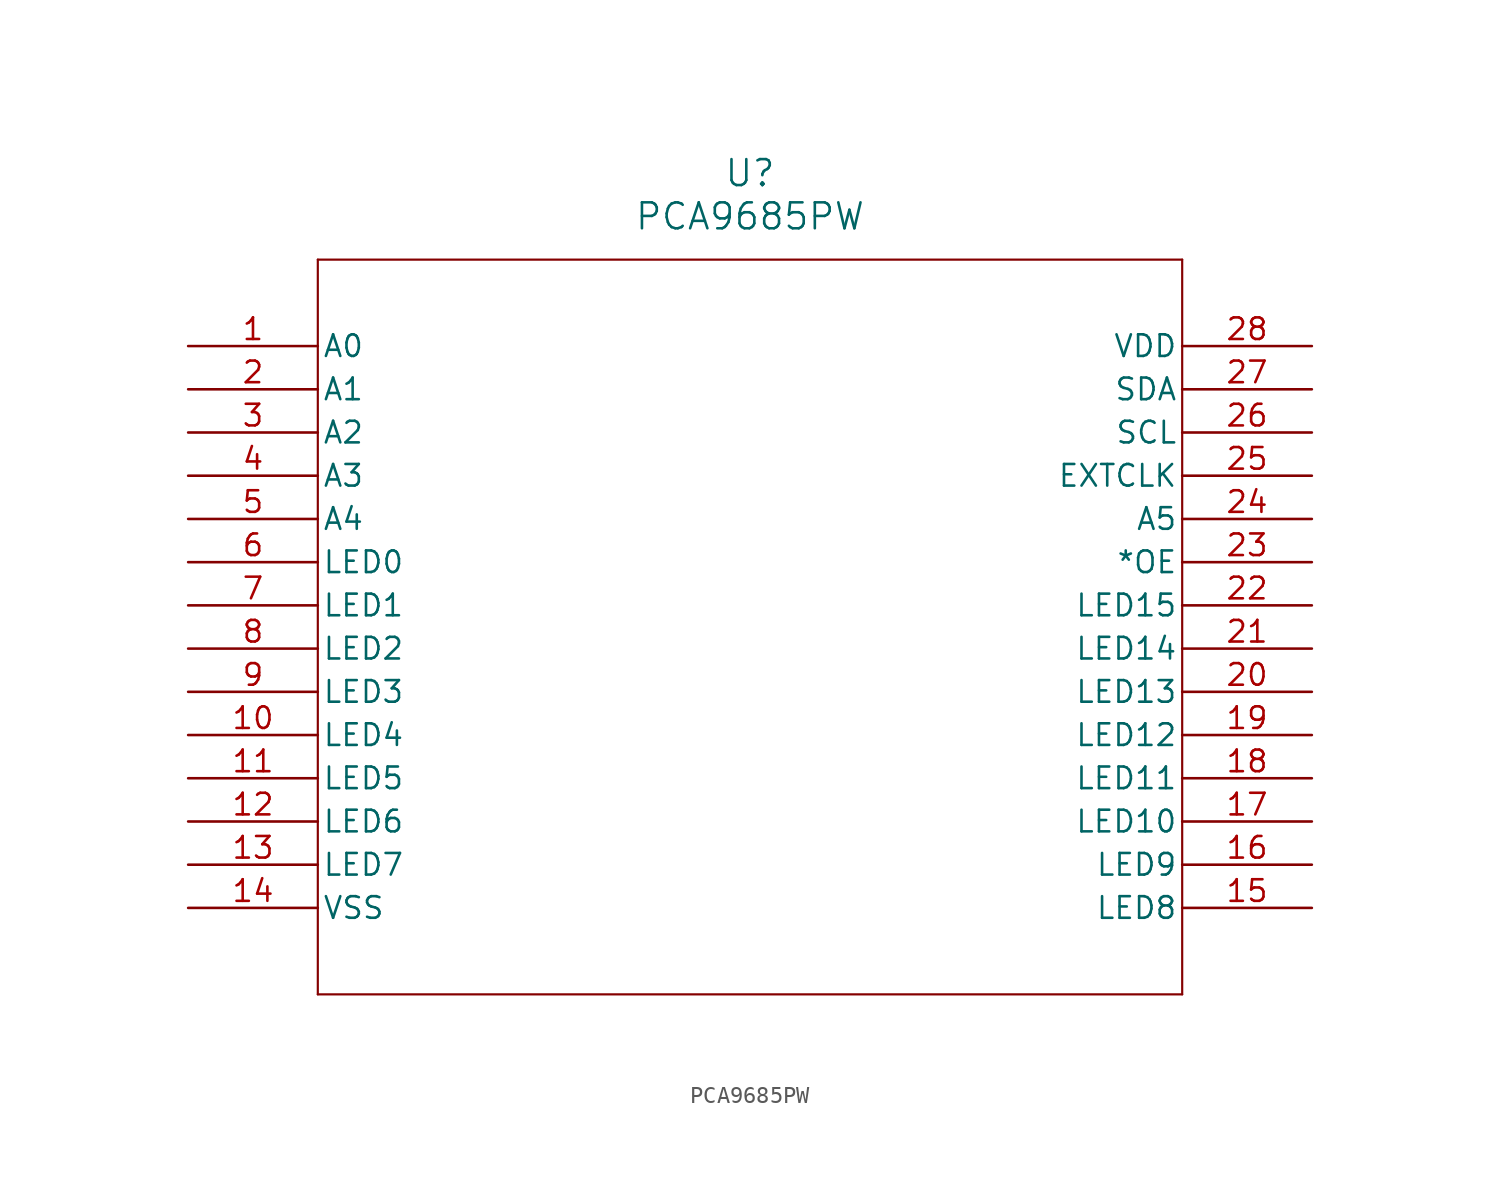
<source format=kicad_sym>
(kicad_symbol_lib
  (version 20220914)
  (generator kicad_symbol_editor)
  (symbol "PCA9685PW"
    (pin_names
      (offset 0.254))
    (property "Reference" "U"
      (at 33.02 10.16 0)
      (effects (font (size 1.524 1.524))))
    (property "Value" "PCA9685PW"
      (at 33.02 7.62 0)
      (effects (font (size 1.524 1.524))))
    (property "ki_locked" ""
      (at 0 0 0)
      (effects (font (size 1.27 1.27))))
    (symbol "PCA9685PW_0_1"
      (polyline (pts (xy 7.62 -38.1) (xy 58.42 -38.1)) (stroke (width 0.127) (type default)) (fill (type none)))
      (polyline (pts (xy 7.62 5.08) (xy 7.62 -38.1)) (stroke (width 0.127) (type default)) (fill (type none)))
      (polyline (pts (xy 58.42 -38.1) (xy 58.42 5.08)) (stroke (width 0.127) (type default)) (fill (type none)))
      (polyline (pts (xy 58.42 5.08) (xy 7.62 5.08)) (stroke (width 0.127) (type default)) (fill (type none)))
      (pin unspecified line (at 0 0 0) (length 7.62) (name "A0" (effects (font (size 1.27 1.27)))) (number "1" (effects (font (size 1.27 1.27)))))
      (pin unspecified line (at 0 -22.86 0) (length 7.62) (name "LED4" (effects (font (size 1.27 1.27)))) (number "10" (effects (font (size 1.27 1.27)))))
      (pin unspecified line (at 0 -25.4 0) (length 7.62) (name "LED5" (effects (font (size 1.27 1.27)))) (number "11" (effects (font (size 1.27 1.27)))))
      (pin unspecified line (at 0 -27.94 0) (length 7.62) (name "LED6" (effects (font (size 1.27 1.27)))) (number "12" (effects (font (size 1.27 1.27)))))
      (pin unspecified line (at 0 -30.48 0) (length 7.62) (name "LED7" (effects (font (size 1.27 1.27)))) (number "13" (effects (font (size 1.27 1.27)))))
      (pin unspecified line (at 0 -33.02 0) (length 7.62) (name "VSS" (effects (font (size 1.27 1.27)))) (number "14" (effects (font (size 1.27 1.27)))))
      (pin unspecified line (at 66.04 -33.02 180) (length 7.62) (name "LED8" (effects (font (size 1.27 1.27)))) (number "15" (effects (font (size 1.27 1.27)))))
      (pin unspecified line (at 66.04 -30.48 180) (length 7.62) (name "LED9" (effects (font (size 1.27 1.27)))) (number "16" (effects (font (size 1.27 1.27)))))
      (pin unspecified line (at 66.04 -27.94 180) (length 7.62) (name "LED10" (effects (font (size 1.27 1.27)))) (number "17" (effects (font (size 1.27 1.27)))))
      (pin unspecified line (at 66.04 -25.4 180) (length 7.62) (name "LED11" (effects (font (size 1.27 1.27)))) (number "18" (effects (font (size 1.27 1.27)))))
      (pin unspecified line (at 66.04 -22.86 180) (length 7.62) (name "LED12" (effects (font (size 1.27 1.27)))) (number "19" (effects (font (size 1.27 1.27)))))
      (pin unspecified line (at 0 -2.54 0) (length 7.62) (name "A1" (effects (font (size 1.27 1.27)))) (number "2" (effects (font (size 1.27 1.27)))))
      (pin unspecified line (at 66.04 -20.32 180) (length 7.62) (name "LED13" (effects (font (size 1.27 1.27)))) (number "20" (effects (font (size 1.27 1.27)))))
      (pin unspecified line (at 66.04 -17.78 180) (length 7.62) (name "LED14" (effects (font (size 1.27 1.27)))) (number "21" (effects (font (size 1.27 1.27)))))
      (pin unspecified line (at 66.04 -15.24 180) (length 7.62) (name "LED15" (effects (font (size 1.27 1.27)))) (number "22" (effects (font (size 1.27 1.27)))))
      (pin unspecified line (at 66.04 -12.7 180) (length 7.62) (name "*OE" (effects (font (size 1.27 1.27)))) (number "23" (effects (font (size 1.27 1.27)))))
      (pin unspecified line (at 66.04 -10.16 180) (length 7.62) (name "A5" (effects (font (size 1.27 1.27)))) (number "24" (effects (font (size 1.27 1.27)))))
      (pin unspecified line (at 66.04 -7.62 180) (length 7.62) (name "EXTCLK" (effects (font (size 1.27 1.27)))) (number "25" (effects (font (size 1.27 1.27)))))
      (pin unspecified line (at 66.04 -5.08 180) (length 7.62) (name "SCL" (effects (font (size 1.27 1.27)))) (number "26" (effects (font (size 1.27 1.27)))))
      (pin unspecified line (at 66.04 -2.54 180) (length 7.62) (name "SDA" (effects (font (size 1.27 1.27)))) (number "27" (effects (font (size 1.27 1.27)))))
      (pin unspecified line (at 66.04 0 180) (length 7.62) (name "VDD" (effects (font (size 1.27 1.27)))) (number "28" (effects (font (size 1.27 1.27)))))
      (pin unspecified line (at 0 -5.08 0) (length 7.62) (name "A2" (effects (font (size 1.27 1.27)))) (number "3" (effects (font (size 1.27 1.27)))))
      (pin unspecified line (at 0 -7.62 0) (length 7.62) (name "A3" (effects (font (size 1.27 1.27)))) (number "4" (effects (font (size 1.27 1.27)))))
      (pin unspecified line (at 0 -10.16 0) (length 7.62) (name "A4" (effects (font (size 1.27 1.27)))) (number "5" (effects (font (size 1.27 1.27)))))
      (pin unspecified line (at 0 -12.7 0) (length 7.62) (name "LED0" (effects (font (size 1.27 1.27)))) (number "6" (effects (font (size 1.27 1.27)))))
      (pin unspecified line (at 0 -15.24 0) (length 7.62) (name "LED1" (effects (font (size 1.27 1.27)))) (number "7" (effects (font (size 1.27 1.27)))))
      (pin unspecified line (at 0 -17.78 0) (length 7.62) (name "LED2" (effects (font (size 1.27 1.27)))) (number "8" (effects (font (size 1.27 1.27)))))
      (pin unspecified line (at 0 -20.32 0) (length 7.62) (name "LED3" (effects (font (size 1.27 1.27)))) (number "9" (effects (font (size 1.27 1.27))))))))
</source>
